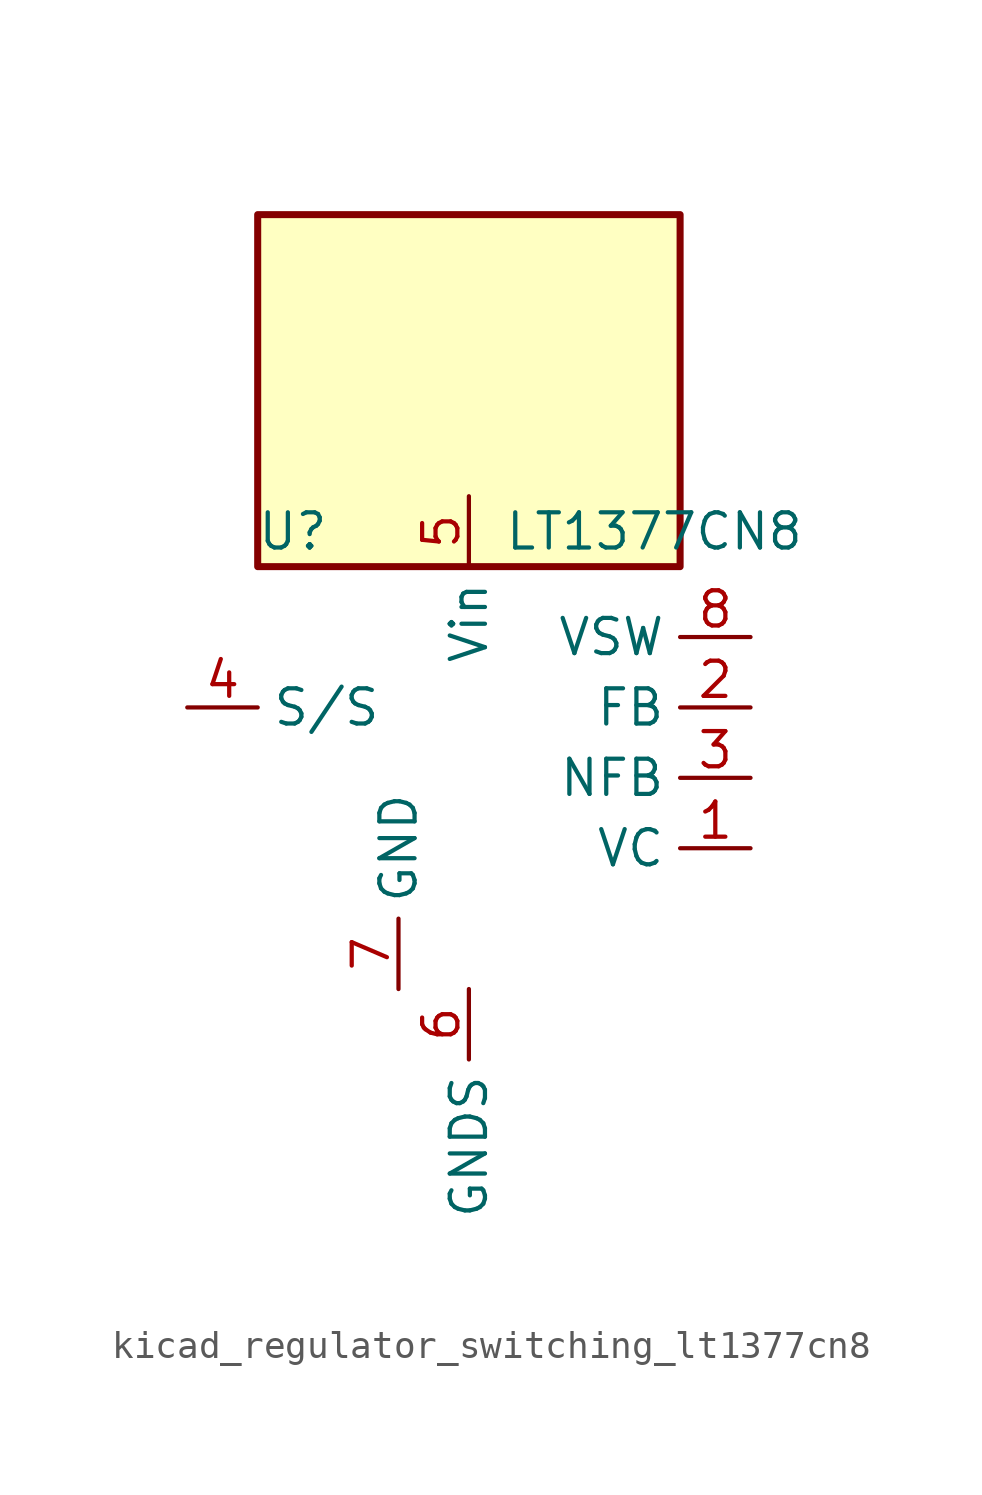
<source format=kicad_sym>
(kicad_symbol_lib
  (version 20220914)
  (generator kicad_symbol_editor)
  (symbol "kicad_regulator_switching_lt1377cn8"
    (property "Reference" "U"
      (at -6.35 8.89 0)
      (effects (font (size 1.27 1.27))))
    (property "Value" "LT1377CN8"
      (at 1.27 8.89 0)
      (effects (font (size 1.27 1.27)) (justify left)))
    (symbol "kicad_regulator_switching_lt1377cn8_0_1"
      (rectangle (start 7.62 20.32) (end -7.62 7.62) (stroke (width 0.254) (type default)) (fill (type background))))
    (symbol "kicad_regulator_switching_lt1377cn8_1_1"
      (pin passive line (at 10.16 -2.54 180) (length 2.54) (name "VC" (effects (font (size 1.27 1.27)))) (number "1" (effects (font (size 1.27 1.27)))))
      (pin passive line (at 10.16 2.54 180) (length 2.54) (name "FB" (effects (font (size 1.27 1.27)))) (number "2" (effects (font (size 1.27 1.27)))))
      (pin input line (at 10.16 0 180) (length 2.54) (name "NFB" (effects (font (size 1.27 1.27)))) (number "3" (effects (font (size 1.27 1.27)))))
      (pin input line (at -10.16 2.54 0) (length 2.54) (name "S/S" (effects (font (size 1.27 1.27)))) (number "4" (effects (font (size 1.27 1.27)))))
      (pin power_in line (at 0 10.16 270) (length 2.54) (name "Vin" (effects (font (size 1.27 1.27)))) (number "5" (effects (font (size 1.27 1.27)))))
      (pin power_in line (at 0 -7.62 270) (length 2.54) (name "GNDS" (effects (font (size 1.27 1.27)))) (number "6" (effects (font (size 1.27 1.27)))))
      (pin power_in line (at -2.54 -7.62 90) (length 2.54) (name "GND" (effects (font (size 1.27 1.27)))) (number "7" (effects (font (size 1.27 1.27)))))
      (pin output line (at 10.16 5.08 180) (length 2.54) (name "VSW" (effects (font (size 1.27 1.27)))) (number "8" (effects (font (size 1.27 1.27))))))))
</source>
